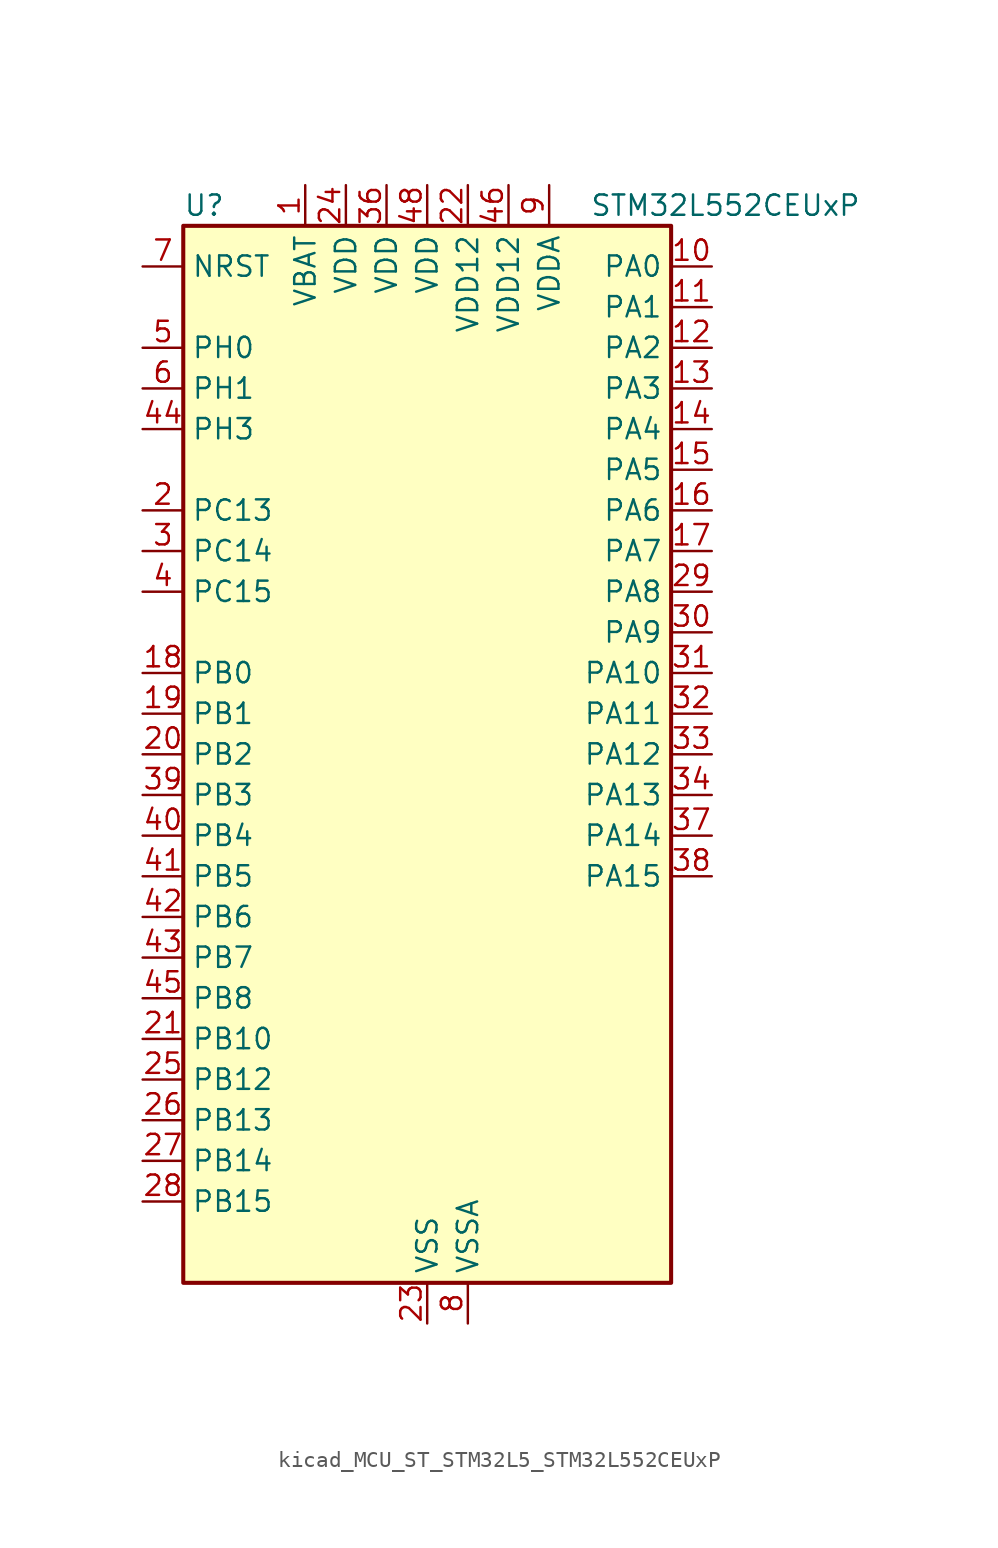
<source format=kicad_sym>
(kicad_symbol_lib
  (version 20220914)
  (generator kicad_symbol_editor)
  (symbol "kicad_MCU_ST_STM32L5_STM32L552CEUxP"
    (property "Reference" "U"
      (at -15.24 34.29 0)
      (effects (font (size 1.27 1.27)) (justify left)))
    (property "Value" "STM32L552CEUxP"
      (at 10.16 34.29 0)
      (effects (font (size 1.27 1.27)) (justify left)))
    (property "ki_locked" ""
      (at 0 0 0)
      (effects (font (size 1.27 1.27))))
    (symbol "kicad_MCU_ST_STM32L5_STM32L552CEUxP_0_1"
      (rectangle (start -15.24 -33.02) (end 15.24 33.02) (stroke (width 0.254) (type default)) (fill (type background))))
    (symbol "kicad_MCU_ST_STM32L5_STM32L552CEUxP_1_1"
      (pin power_in line (at -7.62 35.56 270) (length 2.54) (name "VBAT" (effects (font (size 1.27 1.27)))) (number "1" (effects (font (size 1.27 1.27)))))
      (pin bidirectional line (at 17.78 30.48 180) (length 2.54) (name "PA0" (effects (font (size 1.27 1.27)))) (number "10" (effects (font (size 1.27 1.27)))) (alternate "ADC1_IN5" bidirectional line) (alternate "ADC2_IN5" bidirectional line) (alternate "OPAMP1_VINP" bidirectional line) (alternate "PWR_WKUP1" bidirectional line) (alternate "SAI1_EXTCLK" bidirectional line) (alternate "TAMP_IN2" bidirectional line) (alternate "TAMP_OUT1" bidirectional line) (alternate "TIM2_CH1" bidirectional line) (alternate "TIM2_ETR" bidirectional line) (alternate "TIM5_CH1" bidirectional line) (alternate "TIM8_ETR" bidirectional line) (alternate "UART4_TX" bidirectional line) (alternate "USART2_CTS" bidirectional line) (alternate "USART2_NSS" bidirectional line))
      (pin bidirectional line (at 17.78 27.94 180) (length 2.54) (name "PA1" (effects (font (size 1.27 1.27)))) (number "11" (effects (font (size 1.27 1.27)))) (alternate "ADC1_IN6" bidirectional line) (alternate "ADC2_IN6" bidirectional line) (alternate "I2C1_SMBA" bidirectional line) (alternate "OCTOSPI1_DQS" bidirectional line) (alternate "OPAMP1_VINM" bidirectional line) (alternate "SPI1_SCK" bidirectional line) (alternate "TAMP_IN5" bidirectional line) (alternate "TAMP_OUT4" bidirectional line) (alternate "TIM15_CH1N" bidirectional line) (alternate "TIM2_CH2" bidirectional line) (alternate "TIM5_CH2" bidirectional line) (alternate "UART4_RX" bidirectional line) (alternate "USART2_DE" bidirectional line) (alternate "USART2_RTS" bidirectional line))
      (pin bidirectional line (at 17.78 25.4 180) (length 2.54) (name "PA2" (effects (font (size 1.27 1.27)))) (number "12" (effects (font (size 1.27 1.27)))) (alternate "ADC1_IN7" bidirectional line) (alternate "ADC2_IN7" bidirectional line) (alternate "COMP1_INP" bidirectional line) (alternate "LPUART1_TX" bidirectional line) (alternate "OCTOSPI1_NCS" bidirectional line) (alternate "PWR_WKUP4" bidirectional line) (alternate "RCC_LSCO" bidirectional line) (alternate "SAI2_EXTCLK" bidirectional line) (alternate "TIM15_CH1" bidirectional line) (alternate "TIM2_CH3" bidirectional line) (alternate "TIM5_CH3" bidirectional line) (alternate "UCPD1_FRSTX1" bidirectional line) (alternate "USART2_TX" bidirectional line))
      (pin bidirectional line (at 17.78 22.86 180) (length 2.54) (name "PA3" (effects (font (size 1.27 1.27)))) (number "13" (effects (font (size 1.27 1.27)))) (alternate "ADC1_IN8" bidirectional line) (alternate "ADC2_IN8" bidirectional line) (alternate "LPUART1_RX" bidirectional line) (alternate "OCTOSPI1_CLK" bidirectional line) (alternate "OPAMP1_VOUT" bidirectional line) (alternate "SAI1_CK1" bidirectional line) (alternate "SAI1_MCLK_A" bidirectional line) (alternate "TIM15_CH2" bidirectional line) (alternate "TIM2_CH4" bidirectional line) (alternate "TIM5_CH4" bidirectional line) (alternate "USART2_RX" bidirectional line))
      (pin bidirectional line (at 17.78 20.32 180) (length 2.54) (name "PA4" (effects (font (size 1.27 1.27)))) (number "14" (effects (font (size 1.27 1.27)))) (alternate "ADC1_IN9" bidirectional line) (alternate "ADC2_IN9" bidirectional line) (alternate "DAC1_OUT1" bidirectional line) (alternate "LPTIM2_OUT" bidirectional line) (alternate "OCTOSPI1_NCS" bidirectional line) (alternate "SAI1_FS_B" bidirectional line) (alternate "SPI1_NSS" bidirectional line) (alternate "SPI3_NSS" bidirectional line) (alternate "USART2_CK" bidirectional line))
      (pin bidirectional line (at 17.78 17.78 180) (length 2.54) (name "PA5" (effects (font (size 1.27 1.27)))) (number "15" (effects (font (size 1.27 1.27)))) (alternate "ADC1_IN10" bidirectional line) (alternate "ADC2_IN10" bidirectional line) (alternate "DAC1_OUT2" bidirectional line) (alternate "LPTIM2_ETR" bidirectional line) (alternate "SPI1_SCK" bidirectional line) (alternate "TIM2_CH1" bidirectional line) (alternate "TIM2_ETR" bidirectional line) (alternate "TIM8_CH1N" bidirectional line))
      (pin bidirectional line (at 17.78 15.24 180) (length 2.54) (name "PA6" (effects (font (size 1.27 1.27)))) (number "16" (effects (font (size 1.27 1.27)))) (alternate "ADC1_IN11" bidirectional line) (alternate "ADC2_IN11" bidirectional line) (alternate "LPUART1_CTS" bidirectional line) (alternate "OCTOSPI1_IO3" bidirectional line) (alternate "OPAMP2_VINP" bidirectional line) (alternate "SPI1_MISO" bidirectional line) (alternate "TIM16_CH1" bidirectional line) (alternate "TIM1_BKIN" bidirectional line) (alternate "TIM3_CH1" bidirectional line) (alternate "TIM8_BKIN" bidirectional line) (alternate "USART3_CTS" bidirectional line) (alternate "USART3_NSS" bidirectional line))
      (pin bidirectional line (at 17.78 12.7 180) (length 2.54) (name "PA7" (effects (font (size 1.27 1.27)))) (number "17" (effects (font (size 1.27 1.27)))) (alternate "ADC1_IN12" bidirectional line) (alternate "ADC2_IN12" bidirectional line) (alternate "I2C3_SCL" bidirectional line) (alternate "OCTOSPI1_IO2" bidirectional line) (alternate "OPAMP2_VINM" bidirectional line) (alternate "SPI1_MOSI" bidirectional line) (alternate "TIM17_CH1" bidirectional line) (alternate "TIM1_CH1N" bidirectional line) (alternate "TIM3_CH2" bidirectional line) (alternate "TIM8_CH1N" bidirectional line))
      (pin bidirectional line (at -17.78 5.08 0) (length 2.54) (name "PB0" (effects (font (size 1.27 1.27)))) (number "18" (effects (font (size 1.27 1.27)))) (alternate "ADC1_IN15" bidirectional line) (alternate "ADC2_IN15" bidirectional line) (alternate "COMP1_OUT" bidirectional line) (alternate "OCTOSPI1_IO1" bidirectional line) (alternate "OPAMP2_VOUT" bidirectional line) (alternate "SAI1_EXTCLK" bidirectional line) (alternate "SPI1_NSS" bidirectional line) (alternate "TIM1_CH2N" bidirectional line) (alternate "TIM3_CH3" bidirectional line) (alternate "TIM8_CH2N" bidirectional line) (alternate "USART3_CK" bidirectional line))
      (pin bidirectional line (at -17.78 2.54 0) (length 2.54) (name "PB1" (effects (font (size 1.27 1.27)))) (number "19" (effects (font (size 1.27 1.27)))) (alternate "ADC1_IN16" bidirectional line) (alternate "ADC2_IN16" bidirectional line) (alternate "COMP1_INM" bidirectional line) (alternate "DFSDM1_DATIN0" bidirectional line) (alternate "LPTIM2_IN1" bidirectional line) (alternate "LPUART1_DE" bidirectional line) (alternate "LPUART1_RTS" bidirectional line) (alternate "OCTOSPI1_IO0" bidirectional line) (alternate "TIM1_CH3N" bidirectional line) (alternate "TIM3_CH4" bidirectional line) (alternate "TIM8_CH3N" bidirectional line) (alternate "USART3_DE" bidirectional line) (alternate "USART3_RTS" bidirectional line))
      (pin bidirectional line (at -17.78 15.24 0) (length 2.54) (name "PC13" (effects (font (size 1.27 1.27)))) (number "2" (effects (font (size 1.27 1.27)))) (alternate "PWR_WKUP2" bidirectional line) (alternate "RTC_OUT1" bidirectional line) (alternate "RTC_TS" bidirectional line) (alternate "TAMP_IN1" bidirectional line) (alternate "TAMP_OUT2" bidirectional line))
      (pin bidirectional line (at -17.78 0 0) (length 2.54) (name "PB2" (effects (font (size 1.27 1.27)))) (number "20" (effects (font (size 1.27 1.27)))) (alternate "COMP1_INP" bidirectional line) (alternate "DFSDM1_CKIN0" bidirectional line) (alternate "I2C3_SMBA" bidirectional line) (alternate "LPTIM1_OUT" bidirectional line) (alternate "OCTOSPI1_DQS" bidirectional line) (alternate "RTC_OUT2" bidirectional line) (alternate "UCPD1_FRSTX1" bidirectional line))
      (pin bidirectional line (at -17.78 -17.78 0) (length 2.54) (name "PB10" (effects (font (size 1.27 1.27)))) (number "21" (effects (font (size 1.27 1.27)))) (alternate "COMP1_OUT" bidirectional line) (alternate "I2C2_SCL" bidirectional line) (alternate "I2C4_SCL" bidirectional line) (alternate "LPTIM3_OUT" bidirectional line) (alternate "LPUART1_RX" bidirectional line) (alternate "OCTOSPI1_CLK" bidirectional line) (alternate "SAI1_SCK_A" bidirectional line) (alternate "SPI2_SCK" bidirectional line) (alternate "TIM2_CH3" bidirectional line) (alternate "TSC_SYNC" bidirectional line) (alternate "USART3_TX" bidirectional line))
      (pin power_in line (at 2.54 35.56 270) (length 2.54) (name "VDD12" (effects (font (size 1.27 1.27)))) (number "22" (effects (font (size 1.27 1.27)))))
      (pin power_in line (at 0 -35.56 90) (length 2.54) (name "VSS" (effects (font (size 1.27 1.27)))) (number "23" (effects (font (size 1.27 1.27)))))
      (pin power_in line (at -5.08 35.56 270) (length 2.54) (name "VDD" (effects (font (size 1.27 1.27)))) (number "24" (effects (font (size 1.27 1.27)))))
      (pin bidirectional line (at -17.78 -20.32 0) (length 2.54) (name "PB12" (effects (font (size 1.27 1.27)))) (number "25" (effects (font (size 1.27 1.27)))) (alternate "DFSDM1_DATIN1" bidirectional line) (alternate "I2C2_SMBA" bidirectional line) (alternate "LPUART1_DE" bidirectional line) (alternate "LPUART1_RTS" bidirectional line) (alternate "OCTOSPI1_NCLK" bidirectional line) (alternate "SAI2_FS_A" bidirectional line) (alternate "SPI2_NSS" bidirectional line) (alternate "TIM15_BKIN" bidirectional line) (alternate "TIM1_BKIN" bidirectional line) (alternate "TSC_G1_IO1" bidirectional line) (alternate "USART3_CK" bidirectional line))
      (pin bidirectional line (at -17.78 -22.86 0) (length 2.54) (name "PB13" (effects (font (size 1.27 1.27)))) (number "26" (effects (font (size 1.27 1.27)))) (alternate "DFSDM1_CKIN1" bidirectional line) (alternate "I2C2_SCL" bidirectional line) (alternate "LPTIM3_IN1" bidirectional line) (alternate "LPUART1_CTS" bidirectional line) (alternate "SAI2_SCK_A" bidirectional line) (alternate "SPI2_SCK" bidirectional line) (alternate "TIM15_CH1N" bidirectional line) (alternate "TIM1_CH1N" bidirectional line) (alternate "TSC_G1_IO2" bidirectional line) (alternate "UCPD1_FRSTX2" bidirectional line) (alternate "USART3_CTS" bidirectional line) (alternate "USART3_NSS" bidirectional line))
      (pin bidirectional line (at -17.78 -25.4 0) (length 2.54) (name "PB14" (effects (font (size 1.27 1.27)))) (number "27" (effects (font (size 1.27 1.27)))) (alternate "DFSDM1_DATIN2" bidirectional line) (alternate "I2C2_SDA" bidirectional line) (alternate "LPTIM3_ETR" bidirectional line) (alternate "SAI2_MCLK_A" bidirectional line) (alternate "SPI2_MISO" bidirectional line) (alternate "TIM15_CH1" bidirectional line) (alternate "TIM1_CH2N" bidirectional line) (alternate "TIM8_CH2N" bidirectional line) (alternate "TSC_G1_IO3" bidirectional line) (alternate "UCPD1_DBCC2" bidirectional line) (alternate "USART3_DE" bidirectional line) (alternate "USART3_RTS" bidirectional line))
      (pin bidirectional line (at -17.78 -27.94 0) (length 2.54) (name "PB15" (effects (font (size 1.27 1.27)))) (number "28" (effects (font (size 1.27 1.27)))) (alternate "ADC1_EXTI15" bidirectional line) (alternate "ADC2_EXTI15" bidirectional line) (alternate "DFSDM1_CKIN2" bidirectional line) (alternate "RTC_REFIN" bidirectional line) (alternate "SAI2_SD_A" bidirectional line) (alternate "SPI2_MOSI" bidirectional line) (alternate "TIM15_CH2" bidirectional line) (alternate "TIM1_CH3N" bidirectional line) (alternate "TIM8_CH3N" bidirectional line) (alternate "UCPD1_CC2" bidirectional line))
      (pin bidirectional line (at 17.78 10.16 180) (length 2.54) (name "PA8" (effects (font (size 1.27 1.27)))) (number "29" (effects (font (size 1.27 1.27)))) (alternate "LPTIM2_OUT" bidirectional line) (alternate "RCC_MCO" bidirectional line) (alternate "SAI1_CK2" bidirectional line) (alternate "SAI1_SCK_A" bidirectional line) (alternate "TIM1_CH1" bidirectional line) (alternate "USART1_CK" bidirectional line))
      (pin bidirectional line (at -17.78 12.7 0) (length 2.54) (name "PC14" (effects (font (size 1.27 1.27)))) (number "3" (effects (font (size 1.27 1.27)))) (alternate "RCC_OSC32_IN" bidirectional line))
      (pin bidirectional line (at 17.78 7.62 180) (length 2.54) (name "PA9" (effects (font (size 1.27 1.27)))) (number "30" (effects (font (size 1.27 1.27)))) (alternate "DAC1_EXTI9" bidirectional line) (alternate "SAI1_FS_A" bidirectional line) (alternate "SPI2_SCK" bidirectional line) (alternate "TIM15_BKIN" bidirectional line) (alternate "TIM1_CH2" bidirectional line) (alternate "USART1_TX" bidirectional line))
      (pin bidirectional line (at 17.78 5.08 180) (length 2.54) (name "PA10" (effects (font (size 1.27 1.27)))) (number "31" (effects (font (size 1.27 1.27)))) (alternate "CRS_SYNC" bidirectional line) (alternate "SAI1_D1" bidirectional line) (alternate "SAI1_SD_A" bidirectional line) (alternate "TIM17_BKIN" bidirectional line) (alternate "TIM1_CH3" bidirectional line) (alternate "USART1_RX" bidirectional line))
      (pin bidirectional line (at 17.78 2.54 180) (length 2.54) (name "PA11" (effects (font (size 1.27 1.27)))) (number "32" (effects (font (size 1.27 1.27)))) (alternate "ADC1_EXTI11" bidirectional line) (alternate "ADC2_EXTI11" bidirectional line) (alternate "FDCAN1_RX" bidirectional line) (alternate "SPI1_MISO" bidirectional line) (alternate "TIM1_BKIN2" bidirectional line) (alternate "TIM1_CH4" bidirectional line) (alternate "USART1_CTS" bidirectional line) (alternate "USART1_NSS" bidirectional line) (alternate "USB_DM" bidirectional line))
      (pin bidirectional line (at 17.78 0 180) (length 2.54) (name "PA12" (effects (font (size 1.27 1.27)))) (number "33" (effects (font (size 1.27 1.27)))) (alternate "FDCAN1_TX" bidirectional line) (alternate "SPI1_MOSI" bidirectional line) (alternate "TIM1_ETR" bidirectional line) (alternate "USART1_DE" bidirectional line) (alternate "USART1_RTS" bidirectional line) (alternate "USB_DP" bidirectional line))
      (pin bidirectional line (at 17.78 -2.54 180) (length 2.54) (name "PA13" (effects (font (size 1.27 1.27)))) (number "34" (effects (font (size 1.27 1.27)))) (alternate "DEBUG_JTMS-SWDIO" bidirectional line) (alternate "IR_OUT" bidirectional line) (alternate "SAI1_SD_B" bidirectional line) (alternate "USB_NOE" bidirectional line))
      (pin passive line (at 0 -35.56 90) (length 2.54) hide (name "VSS" (effects (font (size 1.27 1.27)))) (number "35" (effects (font (size 1.27 1.27)))))
      (pin power_in line (at -2.54 35.56 270) (length 2.54) (name "VDD" (effects (font (size 1.27 1.27)))) (number "36" (effects (font (size 1.27 1.27)))))
      (pin bidirectional line (at 17.78 -5.08 180) (length 2.54) (name "PA14" (effects (font (size 1.27 1.27)))) (number "37" (effects (font (size 1.27 1.27)))) (alternate "DEBUG_JTCK-SWCLK" bidirectional line) (alternate "I2C1_SMBA" bidirectional line) (alternate "I2C4_SMBA" bidirectional line) (alternate "LPTIM1_OUT" bidirectional line) (alternate "SAI1_FS_B" bidirectional line))
      (pin bidirectional line (at 17.78 -7.62 180) (length 2.54) (name "PA15" (effects (font (size 1.27 1.27)))) (number "38" (effects (font (size 1.27 1.27)))) (alternate "ADC1_EXTI15" bidirectional line) (alternate "ADC2_EXTI15" bidirectional line) (alternate "DEBUG_JTDI" bidirectional line) (alternate "SAI2_FS_B" bidirectional line) (alternate "SPI1_NSS" bidirectional line) (alternate "SPI3_NSS" bidirectional line) (alternate "TIM2_CH1" bidirectional line) (alternate "TIM2_ETR" bidirectional line) (alternate "UART4_DE" bidirectional line) (alternate "UART4_RTS" bidirectional line) (alternate "UCPD1_CC1" bidirectional line) (alternate "USART2_RX" bidirectional line) (alternate "USART3_DE" bidirectional line) (alternate "USART3_RTS" bidirectional line))
      (pin bidirectional line (at -17.78 -2.54 0) (length 2.54) (name "PB3" (effects (font (size 1.27 1.27)))) (number "39" (effects (font (size 1.27 1.27)))) (alternate "COMP2_INM" bidirectional line) (alternate "CRS_SYNC" bidirectional line) (alternate "DEBUG_JTDO-SWO" bidirectional line) (alternate "SAI1_SCK_B" bidirectional line) (alternate "SPI1_SCK" bidirectional line) (alternate "SPI3_SCK" bidirectional line) (alternate "TIM2_CH2" bidirectional line) (alternate "USART1_DE" bidirectional line) (alternate "USART1_RTS" bidirectional line))
      (pin bidirectional line (at -17.78 10.16 0) (length 2.54) (name "PC15" (effects (font (size 1.27 1.27)))) (number "4" (effects (font (size 1.27 1.27)))) (alternate "ADC1_EXTI15" bidirectional line) (alternate "ADC2_EXTI15" bidirectional line) (alternate "RCC_OSC32_OUT" bidirectional line))
      (pin bidirectional line (at -17.78 -5.08 0) (length 2.54) (name "PB4" (effects (font (size 1.27 1.27)))) (number "40" (effects (font (size 1.27 1.27)))) (alternate "COMP2_INP" bidirectional line) (alternate "DEBUG_JTRST" bidirectional line) (alternate "I2C3_SDA" bidirectional line) (alternate "SAI1_MCLK_B" bidirectional line) (alternate "SPI1_MISO" bidirectional line) (alternate "SPI3_MISO" bidirectional line) (alternate "TIM17_BKIN" bidirectional line) (alternate "TIM3_CH1" bidirectional line) (alternate "TSC_G2_IO1" bidirectional line) (alternate "USART1_CTS" bidirectional line) (alternate "USART1_NSS" bidirectional line))
      (pin bidirectional line (at -17.78 -7.62 0) (length 2.54) (name "PB5" (effects (font (size 1.27 1.27)))) (number "41" (effects (font (size 1.27 1.27)))) (alternate "COMP2_OUT" bidirectional line) (alternate "I2C1_SMBA" bidirectional line) (alternate "LPTIM1_IN1" bidirectional line) (alternate "OCTOSPI1_NCLK" bidirectional line) (alternate "SAI1_SD_B" bidirectional line) (alternate "SPI1_MOSI" bidirectional line) (alternate "SPI3_MOSI" bidirectional line) (alternate "TIM16_BKIN" bidirectional line) (alternate "TIM3_CH2" bidirectional line) (alternate "TSC_G2_IO2" bidirectional line) (alternate "UCPD1_DBCC1" bidirectional line) (alternate "USART1_CK" bidirectional line))
      (pin bidirectional line (at -17.78 -10.16 0) (length 2.54) (name "PB6" (effects (font (size 1.27 1.27)))) (number "42" (effects (font (size 1.27 1.27)))) (alternate "COMP2_INP" bidirectional line) (alternate "I2C1_SCL" bidirectional line) (alternate "I2C4_SCL" bidirectional line) (alternate "LPTIM1_ETR" bidirectional line) (alternate "SAI1_FS_B" bidirectional line) (alternate "TIM16_CH1N" bidirectional line) (alternate "TIM4_CH1" bidirectional line) (alternate "TIM8_BKIN2" bidirectional line) (alternate "TSC_G2_IO3" bidirectional line) (alternate "USART1_TX" bidirectional line))
      (pin bidirectional line (at -17.78 -12.7 0) (length 2.54) (name "PB7" (effects (font (size 1.27 1.27)))) (number "43" (effects (font (size 1.27 1.27)))) (alternate "COMP2_INM" bidirectional line) (alternate "I2C1_SDA" bidirectional line) (alternate "I2C4_SDA" bidirectional line) (alternate "LPTIM1_IN2" bidirectional line) (alternate "PWR_PVD_IN" bidirectional line) (alternate "TIM17_CH1N" bidirectional line) (alternate "TIM4_CH2" bidirectional line) (alternate "TIM8_BKIN" bidirectional line) (alternate "TSC_G2_IO4" bidirectional line) (alternate "UART4_CTS" bidirectional line) (alternate "USART1_RX" bidirectional line))
      (pin bidirectional line (at -17.78 20.32 0) (length 2.54) (name "PH3" (effects (font (size 1.27 1.27)))) (number "44" (effects (font (size 1.27 1.27)))))
      (pin bidirectional line (at -17.78 -15.24 0) (length 2.54) (name "PB8" (effects (font (size 1.27 1.27)))) (number "45" (effects (font (size 1.27 1.27)))) (alternate "DFSDM1_CKOUT" bidirectional line) (alternate "FDCAN1_RX" bidirectional line) (alternate "I2C1_SCL" bidirectional line) (alternate "SAI1_CK1" bidirectional line) (alternate "SAI1_MCLK_A" bidirectional line) (alternate "TIM16_CH1" bidirectional line) (alternate "TIM4_CH3" bidirectional line))
      (pin power_in line (at 5.08 35.56 270) (length 2.54) (name "VDD12" (effects (font (size 1.27 1.27)))) (number "46" (effects (font (size 1.27 1.27)))))
      (pin passive line (at 0 -35.56 90) (length 2.54) hide (name "VSS" (effects (font (size 1.27 1.27)))) (number "47" (effects (font (size 1.27 1.27)))))
      (pin power_in line (at 0 35.56 270) (length 2.54) (name "VDD" (effects (font (size 1.27 1.27)))) (number "48" (effects (font (size 1.27 1.27)))))
      (pin passive line (at 0 -35.56 90) (length 2.54) hide (name "VSS" (effects (font (size 1.27 1.27)))) (number "49" (effects (font (size 1.27 1.27)))))
      (pin bidirectional line (at -17.78 25.4 0) (length 2.54) (name "PH0" (effects (font (size 1.27 1.27)))) (number "5" (effects (font (size 1.27 1.27)))) (alternate "RCC_OSC_IN" bidirectional line))
      (pin bidirectional line (at -17.78 22.86 0) (length 2.54) (name "PH1" (effects (font (size 1.27 1.27)))) (number "6" (effects (font (size 1.27 1.27)))) (alternate "RCC_OSC_OUT" bidirectional line))
      (pin input line (at -17.78 30.48 0) (length 2.54) (name "NRST" (effects (font (size 1.27 1.27)))) (number "7" (effects (font (size 1.27 1.27)))))
      (pin power_in line (at 2.54 -35.56 90) (length 2.54) (name "VSSA" (effects (font (size 1.27 1.27)))) (number "8" (effects (font (size 1.27 1.27)))))
      (pin power_in line (at 7.62 35.56 270) (length 2.54) (name "VDDA" (effects (font (size 1.27 1.27)))) (number "9" (effects (font (size 1.27 1.27))))))))
</source>
